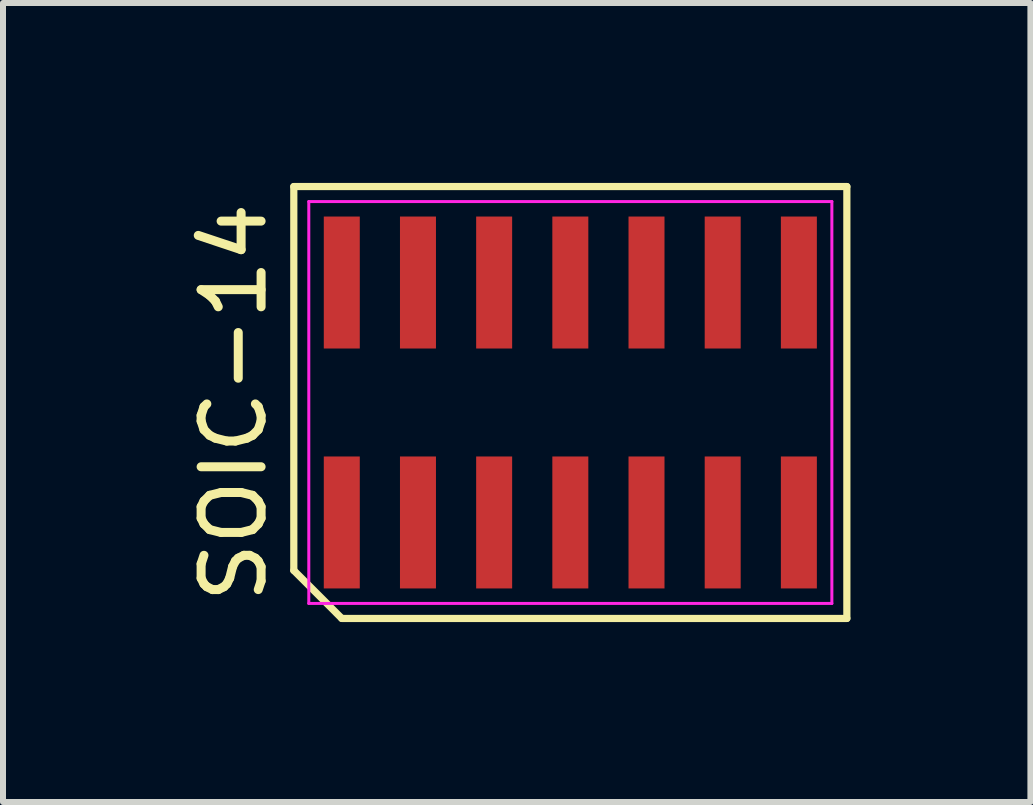
<source format=kicad_pcb>
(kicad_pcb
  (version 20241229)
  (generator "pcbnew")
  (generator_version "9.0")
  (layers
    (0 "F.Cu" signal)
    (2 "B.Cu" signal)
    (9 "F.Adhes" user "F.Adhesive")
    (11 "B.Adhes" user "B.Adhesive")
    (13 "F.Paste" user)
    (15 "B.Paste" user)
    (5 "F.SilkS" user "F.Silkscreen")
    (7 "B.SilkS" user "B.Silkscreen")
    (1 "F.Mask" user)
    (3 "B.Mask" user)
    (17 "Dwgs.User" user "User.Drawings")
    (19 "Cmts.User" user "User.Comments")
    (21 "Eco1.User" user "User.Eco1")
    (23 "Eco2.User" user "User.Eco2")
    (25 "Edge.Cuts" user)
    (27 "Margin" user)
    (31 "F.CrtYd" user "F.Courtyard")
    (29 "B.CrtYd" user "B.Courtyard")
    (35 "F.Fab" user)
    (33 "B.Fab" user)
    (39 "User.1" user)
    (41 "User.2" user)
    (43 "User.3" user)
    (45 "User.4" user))
  (footprint "SOIC-14"
    (layer "F.Cu")
    (at 6.458 3.66)
    (property "Reference" "SOIC-14" (at -5.61 0 90) (layer "F.SilkS") (effects (font (size 1 1) (thickness 0.15))))
    (attr smd)
    (fp_line (start -4.61 -3.6) (end 4.61 -3.6) (stroke (width 0.12) (type solid)) (layer "F.SilkS"))
    (fp_line (start -4.61 2.8) (end -4.61 -3.6) (stroke (width 0.12) (type solid)) (layer "F.SilkS"))
    (fp_line (start -3.81 3.6) (end -4.61 2.8) (stroke (width 0.12) (type solid)) (layer "F.SilkS"))
    (fp_line (start 4.61 -3.6) (end 4.61 3.6) (stroke (width 0.12) (type solid)) (layer "F.SilkS"))
    (fp_line (start 4.61 3.6) (end -3.81 3.6) (stroke (width 0.12) (type solid)) (layer "F.SilkS"))
    (fp_line (start -4.36 -3.35) (end 4.36 -3.35) (stroke (width 0.05) (type solid)) (layer "F.CrtYd"))
    (fp_line (start -4.36 3.35) (end -4.36 -3.35) (stroke (width 0.05) (type solid)) (layer "F.CrtYd"))
    (fp_line (start 4.36 -3.35) (end 4.36 3.35) (stroke (width 0.05) (type solid)) (layer "F.CrtYd"))
    (fp_line (start 4.36 3.35) (end -4.36 3.35) (stroke (width 0.05) (type solid)) (layer "F.CrtYd"))
    (pad "1" smd rect (at -3.81 2) (size 0.6 2.2) (layers "F.Cu" "F.Mask" "F.Paste"))
    (pad "2" smd rect (at -2.54 2) (size 0.6 2.2) (layers "F.Cu" "F.Mask" "F.Paste"))
    (pad "3" smd rect (at -1.27 2) (size 0.6 2.2) (layers "F.Cu" "F.Mask" "F.Paste"))
    (pad "4" smd rect (at 0 2) (size 0.6 2.2) (layers "F.Cu" "F.Mask" "F.Paste"))
    (pad "5" smd rect (at 1.27 2) (size 0.6 2.2) (layers "F.Cu" "F.Mask" "F.Paste"))
    (pad "6" smd rect (at 2.54 2) (size 0.6 2.2) (layers "F.Cu" "F.Mask" "F.Paste"))
    (pad "7" smd rect (at 3.81 2) (size 0.6 2.2) (layers "F.Cu" "F.Mask" "F.Paste"))
    (pad "8" smd rect (at 3.81 -2) (size 0.6 2.2) (layers "F.Cu" "F.Mask" "F.Paste"))
    (pad "9" smd rect (at 2.54 -2) (size 0.6 2.2) (layers "F.Cu" "F.Mask" "F.Paste"))
    (pad "10" smd rect (at 1.27 -2) (size 0.6 2.2) (layers "F.Cu" "F.Mask" "F.Paste"))
    (pad "11" smd rect (at 0 -2) (size 0.6 2.2) (layers "F.Cu" "F.Mask" "F.Paste"))
    (pad "12" smd rect (at -1.27 -2) (size 0.6 2.2) (layers "F.Cu" "F.Mask" "F.Paste"))
    (pad "13" smd rect (at -2.54 -2) (size 0.6 2.2) (layers "F.Cu" "F.Mask" "F.Paste"))
    (pad "14" smd rect (at -3.81 -2) (size 0.6 2.2) (layers "F.Cu" "F.Mask" "F.Paste")))
  (gr_rect
    (start -3 -3)
    (end 14.128 10.32)
    (stroke (width 0.1) (type default))
    (fill no)
    (layer "Edge.Cuts")))
</source>
